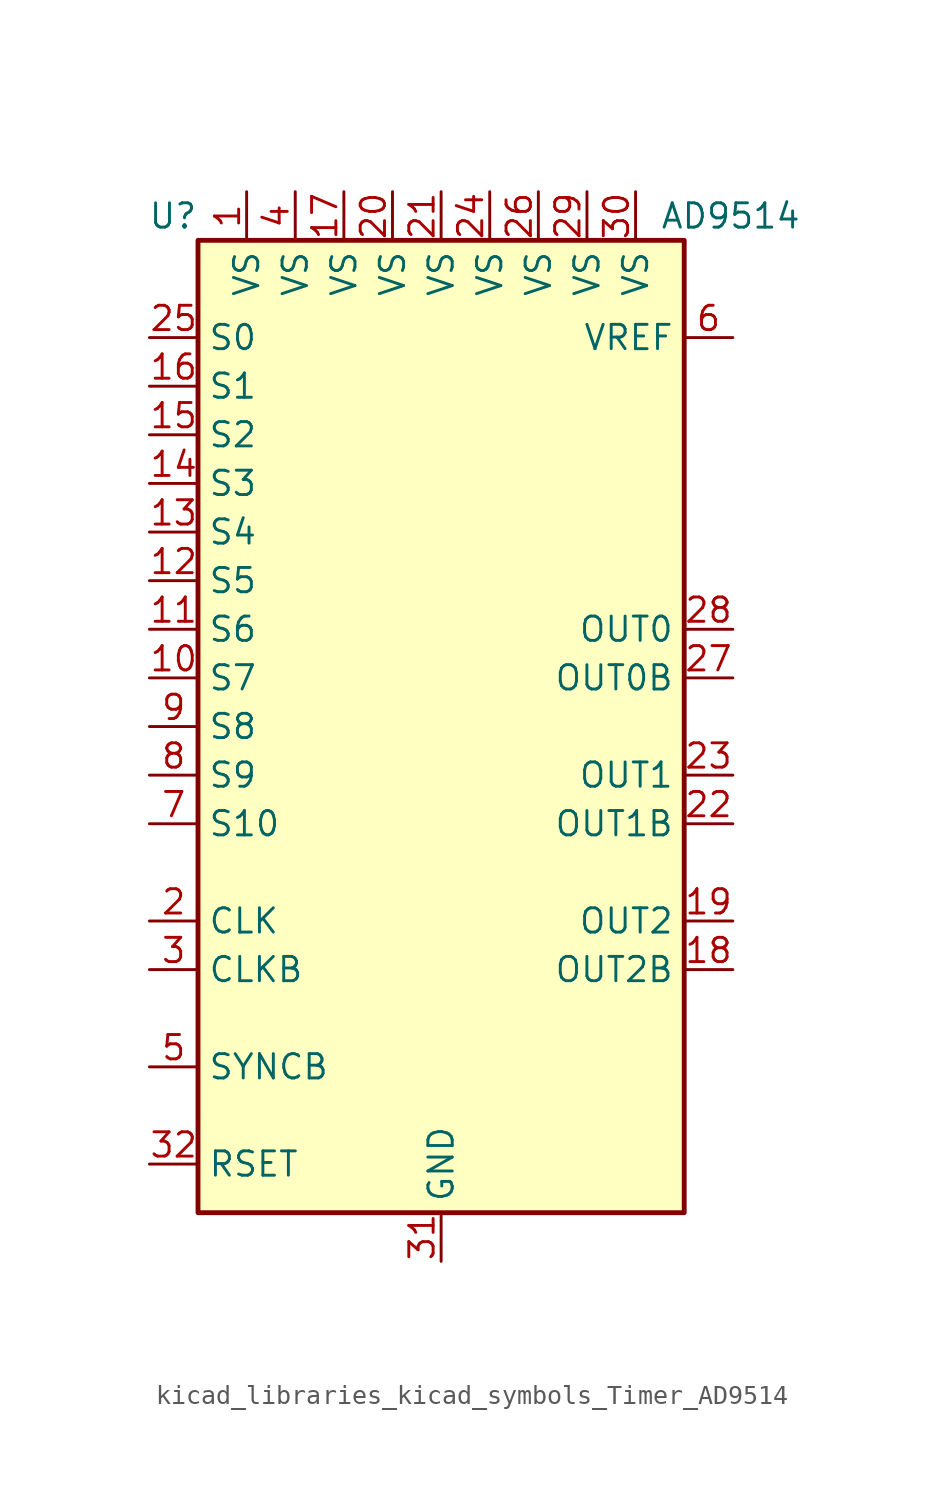
<source format=kicad_sym>
(kicad_symbol_lib
  (version 20220914)
  (generator kicad_symbol_editor)
  (symbol "kicad_libraries_kicad_symbols_Timer_AD9514"
    (property "Reference" "U"
      (at -12.7 26.67 0)
      (effects (font (size 1.27 1.27)) (justify right)))
    (property "Value" "AD9514"
      (at 11.43 26.67 0)
      (effects (font (size 1.27 1.27)) (justify left)))
    (symbol "kicad_libraries_kicad_symbols_Timer_AD9514_1_1"
      (rectangle (start -12.7 25.4) (end 12.7 -25.4) (stroke (width 0.254) (type default)) (fill (type background)))
      (pin power_in line (at -10.16 27.94 270) (length 2.54) (name "VS" (effects (font (size 1.27 1.27)))) (number "1" (effects (font (size 1.27 1.27)))))
      (pin input line (at -15.24 2.54 0) (length 2.54) (name "S7" (effects (font (size 1.27 1.27)))) (number "10" (effects (font (size 1.27 1.27)))))
      (pin input line (at -15.24 5.08 0) (length 2.54) (name "S6" (effects (font (size 1.27 1.27)))) (number "11" (effects (font (size 1.27 1.27)))))
      (pin input line (at -15.24 7.62 0) (length 2.54) (name "S5" (effects (font (size 1.27 1.27)))) (number "12" (effects (font (size 1.27 1.27)))))
      (pin input line (at -15.24 10.16 0) (length 2.54) (name "S4" (effects (font (size 1.27 1.27)))) (number "13" (effects (font (size 1.27 1.27)))))
      (pin input line (at -15.24 12.7 0) (length 2.54) (name "S3" (effects (font (size 1.27 1.27)))) (number "14" (effects (font (size 1.27 1.27)))))
      (pin input line (at -15.24 15.24 0) (length 2.54) (name "S2" (effects (font (size 1.27 1.27)))) (number "15" (effects (font (size 1.27 1.27)))))
      (pin input line (at -15.24 17.78 0) (length 2.54) (name "S1" (effects (font (size 1.27 1.27)))) (number "16" (effects (font (size 1.27 1.27)))))
      (pin power_in line (at -5.08 27.94 270) (length 2.54) (name "VS" (effects (font (size 1.27 1.27)))) (number "17" (effects (font (size 1.27 1.27)))))
      (pin output line (at 15.24 -12.7 180) (length 2.54) (name "OUT2B" (effects (font (size 1.27 1.27)))) (number "18" (effects (font (size 1.27 1.27)))))
      (pin output line (at 15.24 -10.16 180) (length 2.54) (name "OUT2" (effects (font (size 1.27 1.27)))) (number "19" (effects (font (size 1.27 1.27)))))
      (pin input line (at -15.24 -10.16 0) (length 2.54) (name "CLK" (effects (font (size 1.27 1.27)))) (number "2" (effects (font (size 1.27 1.27)))))
      (pin power_in line (at -2.54 27.94 270) (length 2.54) (name "VS" (effects (font (size 1.27 1.27)))) (number "20" (effects (font (size 1.27 1.27)))))
      (pin power_in line (at 0 27.94 270) (length 2.54) (name "VS" (effects (font (size 1.27 1.27)))) (number "21" (effects (font (size 1.27 1.27)))))
      (pin open_emitter line (at 15.24 -5.08 180) (length 2.54) (name "OUT1B" (effects (font (size 1.27 1.27)))) (number "22" (effects (font (size 1.27 1.27)))))
      (pin open_emitter line (at 15.24 -2.54 180) (length 2.54) (name "OUT1" (effects (font (size 1.27 1.27)))) (number "23" (effects (font (size 1.27 1.27)))))
      (pin power_in line (at 2.54 27.94 270) (length 2.54) (name "VS" (effects (font (size 1.27 1.27)))) (number "24" (effects (font (size 1.27 1.27)))))
      (pin input line (at -15.24 20.32 0) (length 2.54) (name "S0" (effects (font (size 1.27 1.27)))) (number "25" (effects (font (size 1.27 1.27)))))
      (pin power_in line (at 5.08 27.94 270) (length 2.54) (name "VS" (effects (font (size 1.27 1.27)))) (number "26" (effects (font (size 1.27 1.27)))))
      (pin open_emitter line (at 15.24 2.54 180) (length 2.54) (name "OUT0B" (effects (font (size 1.27 1.27)))) (number "27" (effects (font (size 1.27 1.27)))))
      (pin open_emitter line (at 15.24 5.08 180) (length 2.54) (name "OUT0" (effects (font (size 1.27 1.27)))) (number "28" (effects (font (size 1.27 1.27)))))
      (pin power_in line (at 7.62 27.94 270) (length 2.54) (name "VS" (effects (font (size 1.27 1.27)))) (number "29" (effects (font (size 1.27 1.27)))))
      (pin input line (at -15.24 -12.7 0) (length 2.54) (name "CLKB" (effects (font (size 1.27 1.27)))) (number "3" (effects (font (size 1.27 1.27)))))
      (pin power_in line (at 10.16 27.94 270) (length 2.54) (name "VS" (effects (font (size 1.27 1.27)))) (number "30" (effects (font (size 1.27 1.27)))))
      (pin power_in line (at 0 -27.94 90) (length 2.54) (name "GND" (effects (font (size 1.27 1.27)))) (number "31" (effects (font (size 1.27 1.27)))))
      (pin passive line (at -15.24 -22.86 0) (length 2.54) (name "RSET" (effects (font (size 1.27 1.27)))) (number "32" (effects (font (size 1.27 1.27)))))
      (pin passive line (at 0 -27.94 90) (length 2.54) hide (name "GND" (effects (font (size 1.27 1.27)))) (number "33" (effects (font (size 1.27 1.27)))))
      (pin power_in line (at -7.62 27.94 270) (length 2.54) (name "VS" (effects (font (size 1.27 1.27)))) (number "4" (effects (font (size 1.27 1.27)))))
      (pin input line (at -15.24 -17.78 0) (length 2.54) (name "SYNCB" (effects (font (size 1.27 1.27)))) (number "5" (effects (font (size 1.27 1.27)))))
      (pin power_out line (at 15.24 20.32 180) (length 2.54) (name "VREF" (effects (font (size 1.27 1.27)))) (number "6" (effects (font (size 1.27 1.27)))))
      (pin input line (at -15.24 -5.08 0) (length 2.54) (name "S10" (effects (font (size 1.27 1.27)))) (number "7" (effects (font (size 1.27 1.27)))))
      (pin input line (at -15.24 -2.54 0) (length 2.54) (name "S9" (effects (font (size 1.27 1.27)))) (number "8" (effects (font (size 1.27 1.27)))))
      (pin input line (at -15.24 0 0) (length 2.54) (name "S8" (effects (font (size 1.27 1.27)))) (number "9" (effects (font (size 1.27 1.27))))))))
</source>
